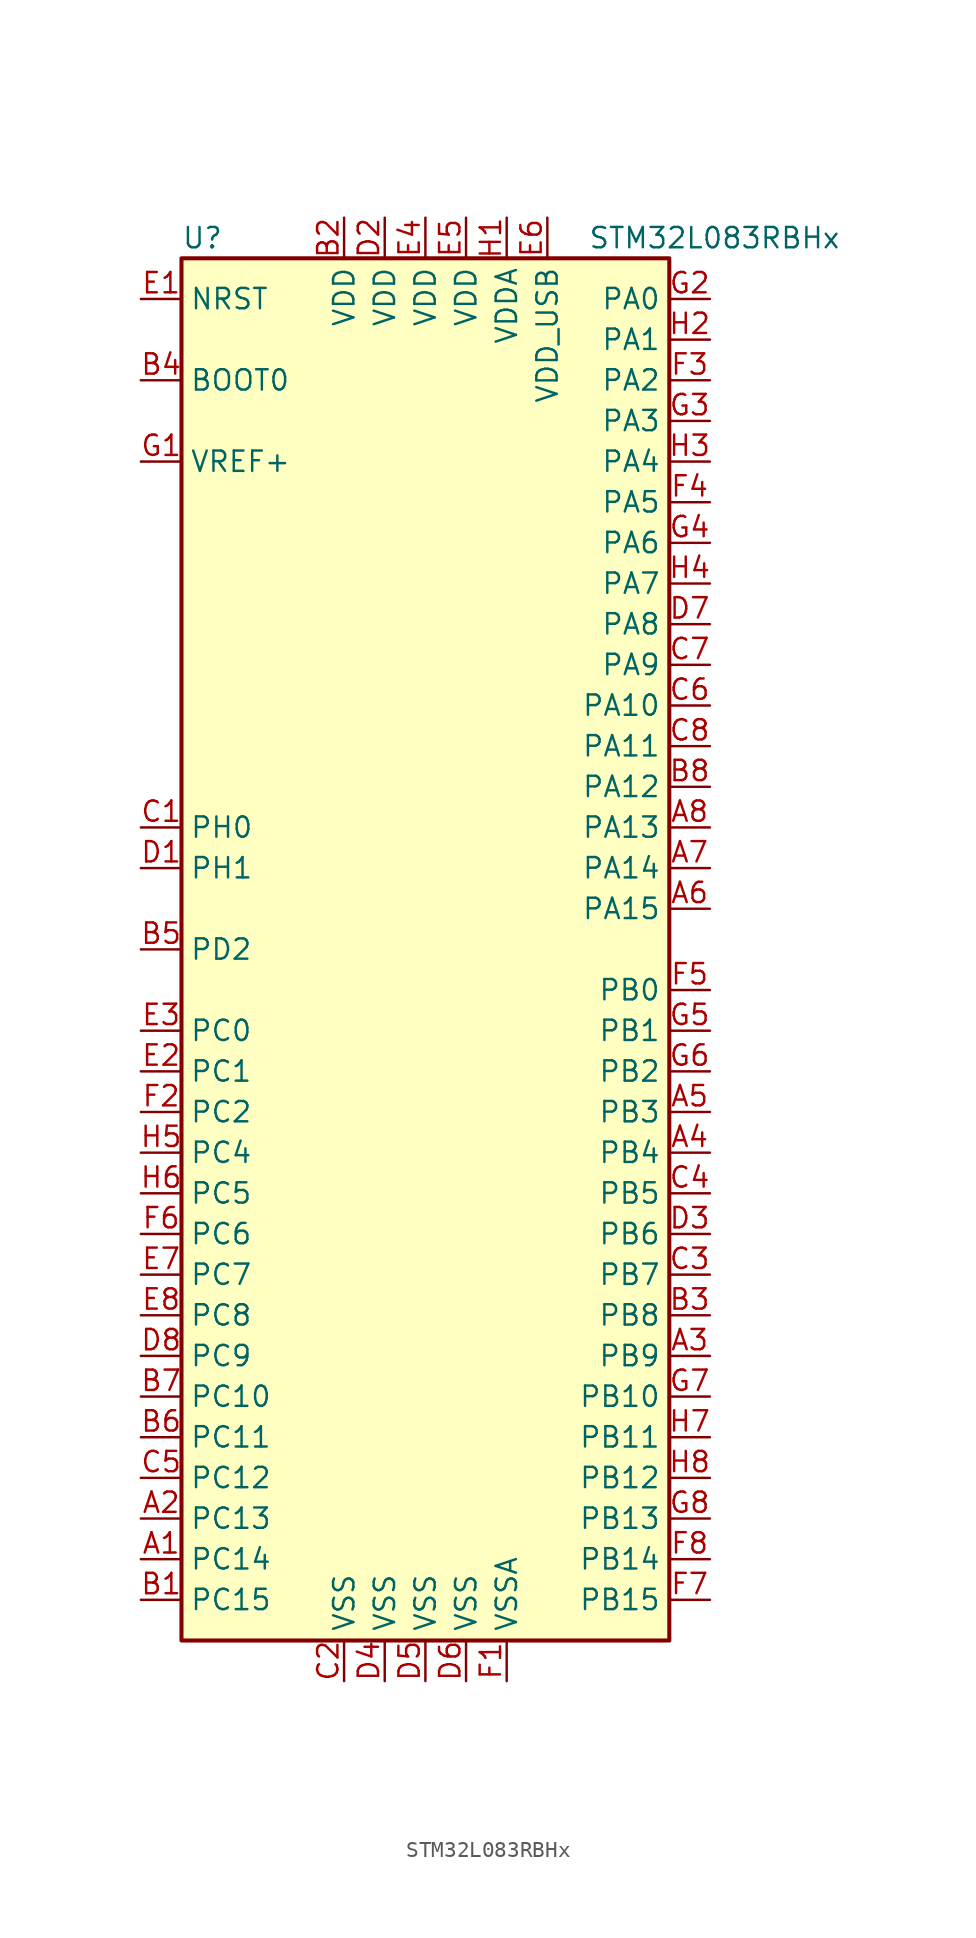
<source format=kicad_sym>
(kicad_symbol_lib
  (version 20201005)
  (generator kicad_symbol_editor)
  (symbol "MCU_ST_STM32L0:STM32L083RBHx"
    (property "Reference" "U"
      (at -15.24 44.45 0)
      (effects (font (size 1.27 1.27)) (justify left)))
    (property "Value" "STM32L083RBHx"
      (at 10.16 44.45 0)
      (effects (font (size 1.27 1.27)) (justify left)))
    (symbol "STM32L083RBHx_0_1"
      (rectangle (start -15.24 -43.18) (end 15.24 43.18) (stroke (width 0.254)) (fill (type background))))
    (symbol "STM32L083RBHx_1_1"
      (pin input line (at -17.78 35.56 0) (length 2.54) (name "BOOT0" (effects (font (size 1.27 1.27)))) (number "B4" (effects (font (size 1.27 1.27)))))
      (pin input line (at -17.78 40.64 0) (length 2.54) (name "NRST" (effects (font (size 1.27 1.27)))) (number "E1" (effects (font (size 1.27 1.27)))))
      (pin bidirectional line (at 17.78 40.64 180) (length 2.54) (name "PA0" (effects (font (size 1.27 1.27)))) (number "G2" (effects (font (size 1.27 1.27)))))
      (pin bidirectional line (at 17.78 38.1 180) (length 2.54) (name "PA1" (effects (font (size 1.27 1.27)))) (number "H2" (effects (font (size 1.27 1.27)))))
      (pin bidirectional line (at 17.78 15.24 180) (length 2.54) (name "PA10" (effects (font (size 1.27 1.27)))) (number "C6" (effects (font (size 1.27 1.27)))))
      (pin bidirectional line (at 17.78 12.7 180) (length 2.54) (name "PA11" (effects (font (size 1.27 1.27)))) (number "C8" (effects (font (size 1.27 1.27)))))
      (pin bidirectional line (at 17.78 10.16 180) (length 2.54) (name "PA12" (effects (font (size 1.27 1.27)))) (number "B8" (effects (font (size 1.27 1.27)))))
      (pin bidirectional line (at 17.78 7.62 180) (length 2.54) (name "PA13" (effects (font (size 1.27 1.27)))) (number "A8" (effects (font (size 1.27 1.27)))))
      (pin bidirectional line (at 17.78 5.08 180) (length 2.54) (name "PA14" (effects (font (size 1.27 1.27)))) (number "A7" (effects (font (size 1.27 1.27)))))
      (pin bidirectional line (at 17.78 2.54 180) (length 2.54) (name "PA15" (effects (font (size 1.27 1.27)))) (number "A6" (effects (font (size 1.27 1.27)))))
      (pin bidirectional line (at 17.78 35.56 180) (length 2.54) (name "PA2" (effects (font (size 1.27 1.27)))) (number "F3" (effects (font (size 1.27 1.27)))))
      (pin bidirectional line (at 17.78 33.02 180) (length 2.54) (name "PA3" (effects (font (size 1.27 1.27)))) (number "G3" (effects (font (size 1.27 1.27)))))
      (pin bidirectional line (at 17.78 30.48 180) (length 2.54) (name "PA4" (effects (font (size 1.27 1.27)))) (number "H3" (effects (font (size 1.27 1.27)))))
      (pin bidirectional line (at 17.78 27.94 180) (length 2.54) (name "PA5" (effects (font (size 1.27 1.27)))) (number "F4" (effects (font (size 1.27 1.27)))))
      (pin bidirectional line (at 17.78 25.4 180) (length 2.54) (name "PA6" (effects (font (size 1.27 1.27)))) (number "G4" (effects (font (size 1.27 1.27)))))
      (pin bidirectional line (at 17.78 22.86 180) (length 2.54) (name "PA7" (effects (font (size 1.27 1.27)))) (number "H4" (effects (font (size 1.27 1.27)))))
      (pin bidirectional line (at 17.78 20.32 180) (length 2.54) (name "PA8" (effects (font (size 1.27 1.27)))) (number "D7" (effects (font (size 1.27 1.27)))))
      (pin bidirectional line (at 17.78 17.78 180) (length 2.54) (name "PA9" (effects (font (size 1.27 1.27)))) (number "C7" (effects (font (size 1.27 1.27)))))
      (pin bidirectional line (at 17.78 -2.54 180) (length 2.54) (name "PB0" (effects (font (size 1.27 1.27)))) (number "F5" (effects (font (size 1.27 1.27)))))
      (pin bidirectional line (at 17.78 -5.08 180) (length 2.54) (name "PB1" (effects (font (size 1.27 1.27)))) (number "G5" (effects (font (size 1.27 1.27)))))
      (pin bidirectional line (at 17.78 -27.94 180) (length 2.54) (name "PB10" (effects (font (size 1.27 1.27)))) (number "G7" (effects (font (size 1.27 1.27)))))
      (pin bidirectional line (at 17.78 -30.48 180) (length 2.54) (name "PB11" (effects (font (size 1.27 1.27)))) (number "H7" (effects (font (size 1.27 1.27)))))
      (pin bidirectional line (at 17.78 -33.02 180) (length 2.54) (name "PB12" (effects (font (size 1.27 1.27)))) (number "H8" (effects (font (size 1.27 1.27)))))
      (pin bidirectional line (at 17.78 -35.56 180) (length 2.54) (name "PB13" (effects (font (size 1.27 1.27)))) (number "G8" (effects (font (size 1.27 1.27)))))
      (pin bidirectional line (at 17.78 -38.1 180) (length 2.54) (name "PB14" (effects (font (size 1.27 1.27)))) (number "F8" (effects (font (size 1.27 1.27)))))
      (pin bidirectional line (at 17.78 -40.64 180) (length 2.54) (name "PB15" (effects (font (size 1.27 1.27)))) (number "F7" (effects (font (size 1.27 1.27)))))
      (pin bidirectional line (at 17.78 -7.62 180) (length 2.54) (name "PB2" (effects (font (size 1.27 1.27)))) (number "G6" (effects (font (size 1.27 1.27)))))
      (pin bidirectional line (at 17.78 -10.16 180) (length 2.54) (name "PB3" (effects (font (size 1.27 1.27)))) (number "A5" (effects (font (size 1.27 1.27)))))
      (pin bidirectional line (at 17.78 -12.7 180) (length 2.54) (name "PB4" (effects (font (size 1.27 1.27)))) (number "A4" (effects (font (size 1.27 1.27)))))
      (pin bidirectional line (at 17.78 -15.24 180) (length 2.54) (name "PB5" (effects (font (size 1.27 1.27)))) (number "C4" (effects (font (size 1.27 1.27)))))
      (pin bidirectional line (at 17.78 -17.78 180) (length 2.54) (name "PB6" (effects (font (size 1.27 1.27)))) (number "D3" (effects (font (size 1.27 1.27)))))
      (pin bidirectional line (at 17.78 -20.32 180) (length 2.54) (name "PB7" (effects (font (size 1.27 1.27)))) (number "C3" (effects (font (size 1.27 1.27)))))
      (pin bidirectional line (at 17.78 -22.86 180) (length 2.54) (name "PB8" (effects (font (size 1.27 1.27)))) (number "B3" (effects (font (size 1.27 1.27)))))
      (pin bidirectional line (at 17.78 -25.4 180) (length 2.54) (name "PB9" (effects (font (size 1.27 1.27)))) (number "A3" (effects (font (size 1.27 1.27)))))
      (pin bidirectional line (at -17.78 -5.08 0) (length 2.54) (name "PC0" (effects (font (size 1.27 1.27)))) (number "E3" (effects (font (size 1.27 1.27)))))
      (pin bidirectional line (at -17.78 -7.62 0) (length 2.54) (name "PC1" (effects (font (size 1.27 1.27)))) (number "E2" (effects (font (size 1.27 1.27)))))
      (pin bidirectional line (at -17.78 -27.94 0) (length 2.54) (name "PC10" (effects (font (size 1.27 1.27)))) (number "B7" (effects (font (size 1.27 1.27)))))
      (pin bidirectional line (at -17.78 -30.48 0) (length 2.54) (name "PC11" (effects (font (size 1.27 1.27)))) (number "B6" (effects (font (size 1.27 1.27)))))
      (pin bidirectional line (at -17.78 -33.02 0) (length 2.54) (name "PC12" (effects (font (size 1.27 1.27)))) (number "C5" (effects (font (size 1.27 1.27)))))
      (pin bidirectional line (at -17.78 -35.56 0) (length 2.54) (name "PC13" (effects (font (size 1.27 1.27)))) (number "A2" (effects (font (size 1.27 1.27)))))
      (pin bidirectional line (at -17.78 -38.1 0) (length 2.54) (name "PC14" (effects (font (size 1.27 1.27)))) (number "A1" (effects (font (size 1.27 1.27)))))
      (pin bidirectional line (at -17.78 -40.64 0) (length 2.54) (name "PC15" (effects (font (size 1.27 1.27)))) (number "B1" (effects (font (size 1.27 1.27)))))
      (pin bidirectional line (at -17.78 -10.16 0) (length 2.54) (name "PC2" (effects (font (size 1.27 1.27)))) (number "F2" (effects (font (size 1.27 1.27)))))
      (pin bidirectional line (at -17.78 -12.7 0) (length 2.54) (name "PC4" (effects (font (size 1.27 1.27)))) (number "H5" (effects (font (size 1.27 1.27)))))
      (pin bidirectional line (at -17.78 -15.24 0) (length 2.54) (name "PC5" (effects (font (size 1.27 1.27)))) (number "H6" (effects (font (size 1.27 1.27)))))
      (pin bidirectional line (at -17.78 -17.78 0) (length 2.54) (name "PC6" (effects (font (size 1.27 1.27)))) (number "F6" (effects (font (size 1.27 1.27)))))
      (pin bidirectional line (at -17.78 -20.32 0) (length 2.54) (name "PC7" (effects (font (size 1.27 1.27)))) (number "E7" (effects (font (size 1.27 1.27)))))
      (pin bidirectional line (at -17.78 -22.86 0) (length 2.54) (name "PC8" (effects (font (size 1.27 1.27)))) (number "E8" (effects (font (size 1.27 1.27)))))
      (pin bidirectional line (at -17.78 -25.4 0) (length 2.54) (name "PC9" (effects (font (size 1.27 1.27)))) (number "D8" (effects (font (size 1.27 1.27)))))
      (pin bidirectional line (at -17.78 0 0) (length 2.54) (name "PD2" (effects (font (size 1.27 1.27)))) (number "B5" (effects (font (size 1.27 1.27)))))
      (pin input line (at -17.78 7.62 0) (length 2.54) (name "PH0" (effects (font (size 1.27 1.27)))) (number "C1" (effects (font (size 1.27 1.27)))))
      (pin input line (at -17.78 5.08 0) (length 2.54) (name "PH1" (effects (font (size 1.27 1.27)))) (number "D1" (effects (font (size 1.27 1.27)))))
      (pin power_in line (at -5.08 45.72 270) (length 2.54) (name "VDD" (effects (font (size 1.27 1.27)))) (number "B2" (effects (font (size 1.27 1.27)))))
      (pin power_in line (at -2.54 45.72 270) (length 2.54) (name "VDD" (effects (font (size 1.27 1.27)))) (number "D2" (effects (font (size 1.27 1.27)))))
      (pin power_in line (at 0 45.72 270) (length 2.54) (name "VDD" (effects (font (size 1.27 1.27)))) (number "E4" (effects (font (size 1.27 1.27)))))
      (pin power_in line (at 2.54 45.72 270) (length 2.54) (name "VDD" (effects (font (size 1.27 1.27)))) (number "E5" (effects (font (size 1.27 1.27)))))
      (pin power_in line (at 5.08 45.72 270) (length 2.54) (name "VDDA" (effects (font (size 1.27 1.27)))) (number "H1" (effects (font (size 1.27 1.27)))))
      (pin power_in line (at 7.62 45.72 270) (length 2.54) (name "VDD_USB" (effects (font (size 1.27 1.27)))) (number "E6" (effects (font (size 1.27 1.27)))))
      (pin power_in line (at -17.78 30.48 0) (length 2.54) (name "VREF+" (effects (font (size 1.27 1.27)))) (number "G1" (effects (font (size 1.27 1.27)))))
      (pin power_in line (at -5.08 -45.72 90) (length 2.54) (name "VSS" (effects (font (size 1.27 1.27)))) (number "C2" (effects (font (size 1.27 1.27)))))
      (pin power_in line (at -2.54 -45.72 90) (length 2.54) (name "VSS" (effects (font (size 1.27 1.27)))) (number "D4" (effects (font (size 1.27 1.27)))))
      (pin power_in line (at 0 -45.72 90) (length 2.54) (name "VSS" (effects (font (size 1.27 1.27)))) (number "D5" (effects (font (size 1.27 1.27)))))
      (pin power_in line (at 2.54 -45.72 90) (length 2.54) (name "VSS" (effects (font (size 1.27 1.27)))) (number "D6" (effects (font (size 1.27 1.27)))))
      (pin power_in line (at 5.08 -45.72 90) (length 2.54) (name "VSSA" (effects (font (size 1.27 1.27)))) (number "F1" (effects (font (size 1.27 1.27))))))))
</source>
